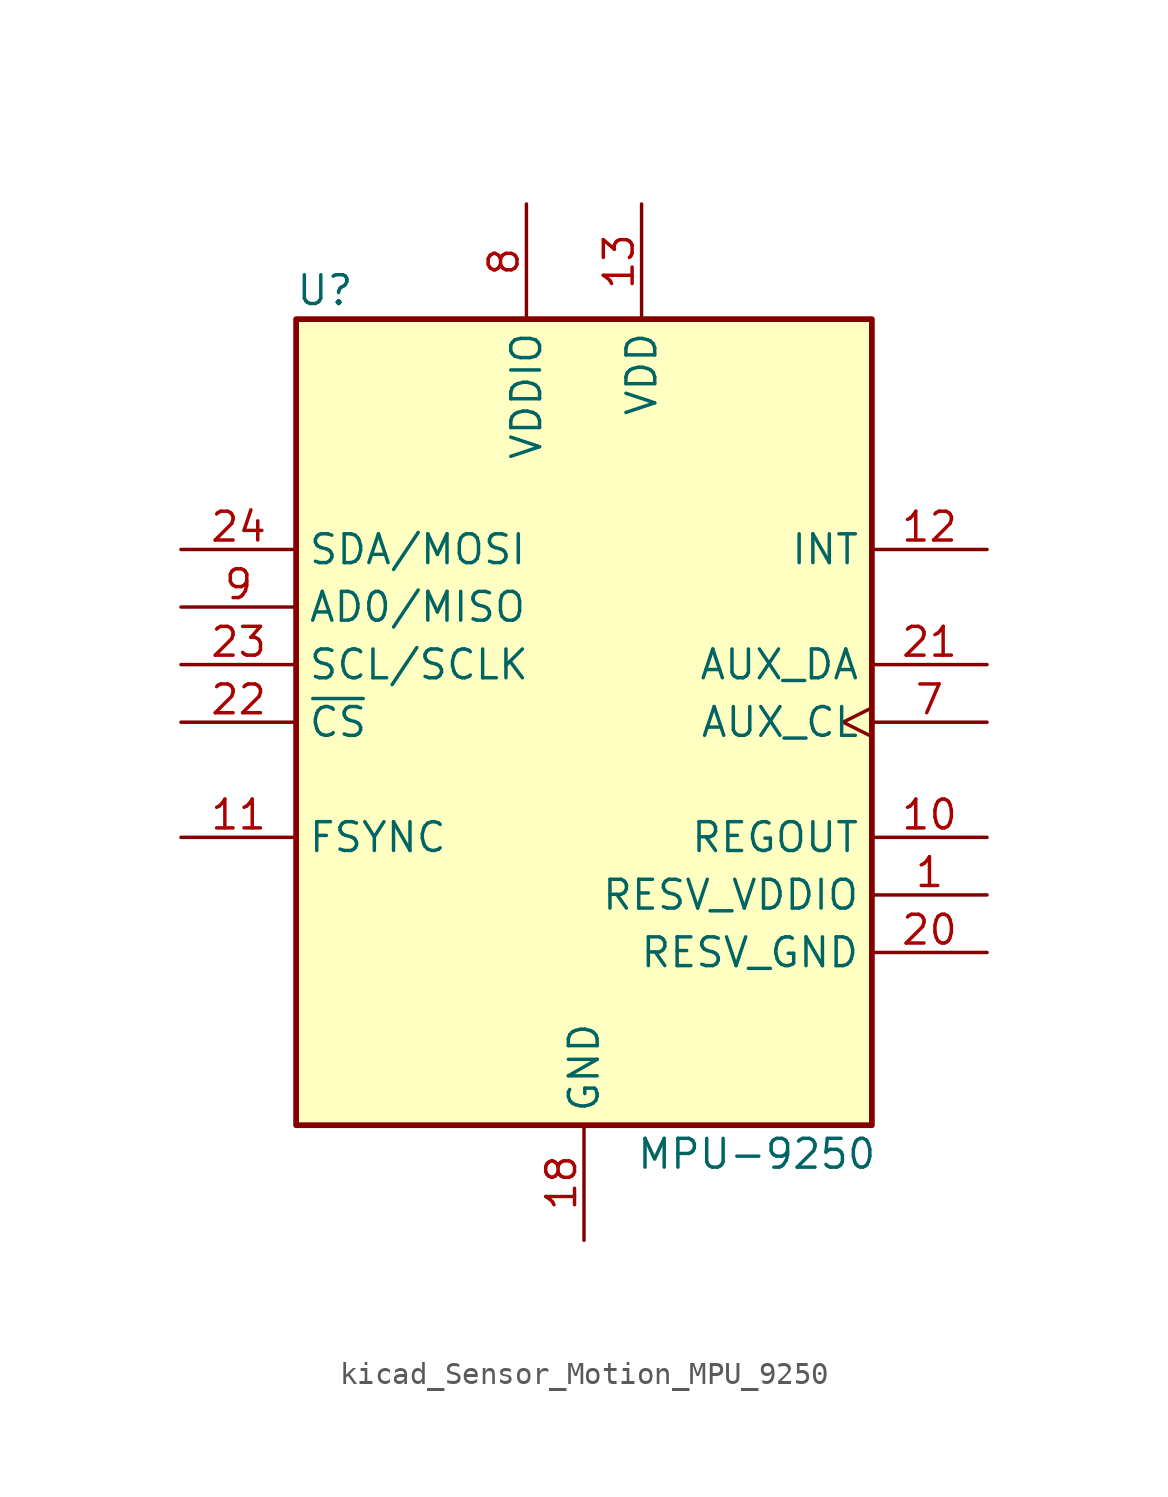
<source format=kicad_sym>
(kicad_symbol_lib
  (version 20220914)
  (generator kicad_symbol_editor)
  (symbol "kicad_Sensor_Motion_MPU_9250"
    (property "Reference" "U"
      (at -11.43 19.05 0)
      (effects (font (size 1.27 1.27))))
    (property "Value" "MPU-9250"
      (at 7.62 -19.05 0)
      (effects (font (size 1.27 1.27))))
    (symbol "kicad_Sensor_Motion_MPU_9250_0_1"
      (rectangle (start -12.7 17.78) (end 12.7 -17.78) (stroke (width 0.254) (type default)) (fill (type background))))
    (symbol "kicad_Sensor_Motion_MPU_9250_1_1"
      (pin input line (at 17.78 -7.62 180) (length 5.08) (name "RESV_VDDIO" (effects (font (size 1.27 1.27)))) (number "1" (effects (font (size 1.27 1.27)))))
      (pin passive line (at 17.78 -5.08 180) (length 5.08) (name "REGOUT" (effects (font (size 1.27 1.27)))) (number "10" (effects (font (size 1.27 1.27)))))
      (pin input line (at -17.78 -5.08 0) (length 5.08) (name "FSYNC" (effects (font (size 1.27 1.27)))) (number "11" (effects (font (size 1.27 1.27)))))
      (pin output line (at 17.78 7.62 180) (length 5.08) (name "INT" (effects (font (size 1.27 1.27)))) (number "12" (effects (font (size 1.27 1.27)))))
      (pin power_in line (at 2.54 22.86 270) (length 5.08) (name "VDD" (effects (font (size 1.27 1.27)))) (number "13" (effects (font (size 1.27 1.27)))))
      (pin power_in line (at 0 -22.86 90) (length 5.08) (name "GND" (effects (font (size 1.27 1.27)))) (number "18" (effects (font (size 1.27 1.27)))))
      (pin power_in line (at 17.78 -10.16 180) (length 5.08) (name "RESV_GND" (effects (font (size 1.27 1.27)))) (number "20" (effects (font (size 1.27 1.27)))))
      (pin bidirectional line (at 17.78 2.54 180) (length 5.08) (name "AUX_DA" (effects (font (size 1.27 1.27)))) (number "21" (effects (font (size 1.27 1.27)))))
      (pin input line (at -17.78 0 0) (length 5.08) (name "~{CS}" (effects (font (size 1.27 1.27)))) (number "22" (effects (font (size 1.27 1.27)))))
      (pin input line (at -17.78 2.54 0) (length 5.08) (name "SCL/SCLK" (effects (font (size 1.27 1.27)))) (number "23" (effects (font (size 1.27 1.27)))))
      (pin bidirectional line (at -17.78 7.62 0) (length 5.08) (name "SDA/MOSI" (effects (font (size 1.27 1.27)))) (number "24" (effects (font (size 1.27 1.27)))))
      (pin output clock (at 17.78 0 180) (length 5.08) (name "AUX_CL" (effects (font (size 1.27 1.27)))) (number "7" (effects (font (size 1.27 1.27)))))
      (pin power_in line (at -2.54 22.86 270) (length 5.08) (name "VDDIO" (effects (font (size 1.27 1.27)))) (number "8" (effects (font (size 1.27 1.27)))))
      (pin bidirectional line (at -17.78 5.08 0) (length 5.08) (name "AD0/MISO" (effects (font (size 1.27 1.27)))) (number "9" (effects (font (size 1.27 1.27))))))))
</source>
